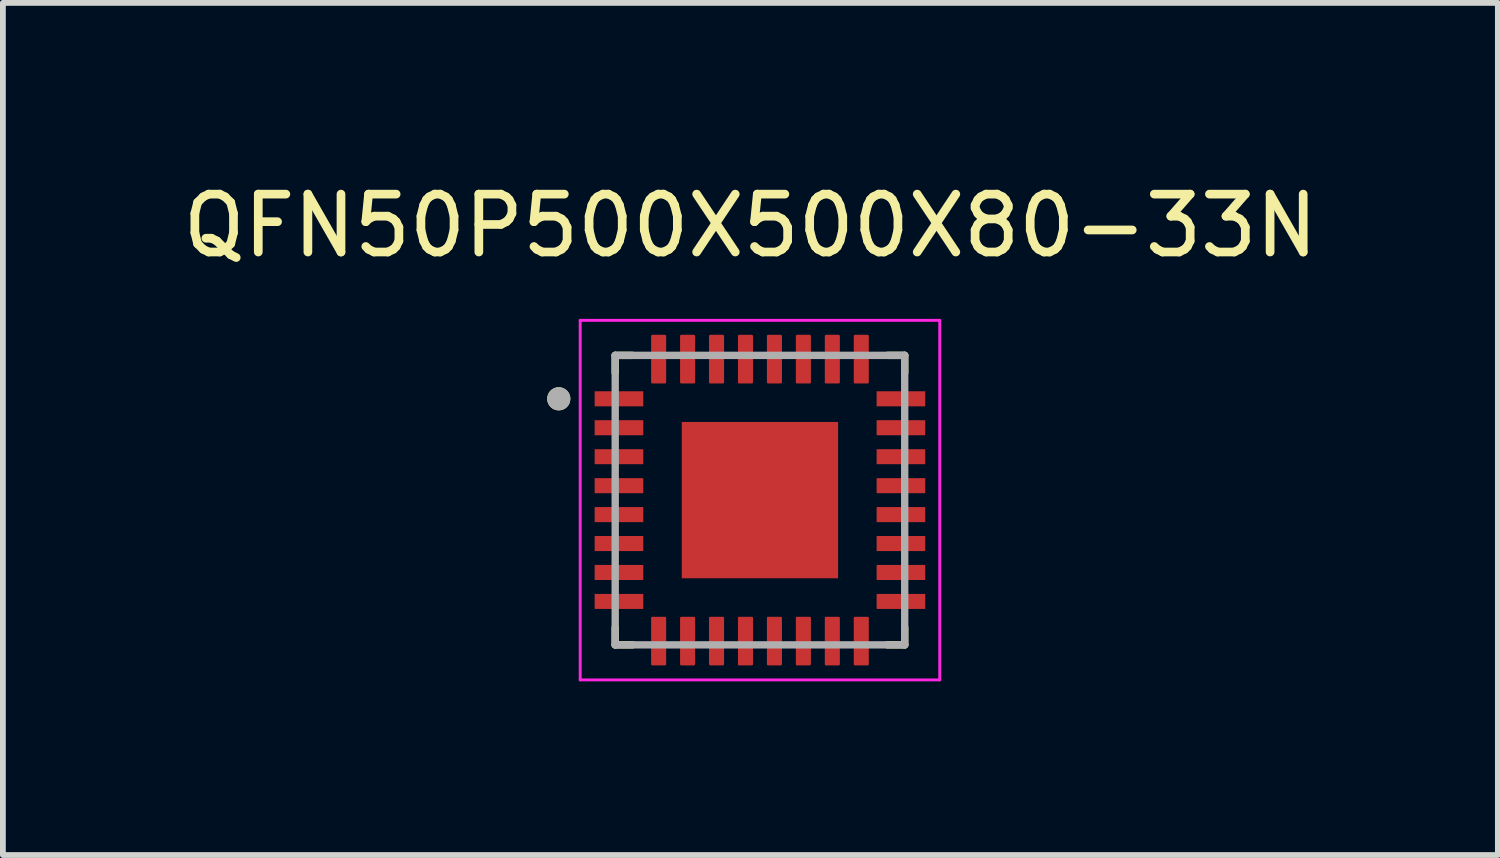
<source format=kicad_pcb>
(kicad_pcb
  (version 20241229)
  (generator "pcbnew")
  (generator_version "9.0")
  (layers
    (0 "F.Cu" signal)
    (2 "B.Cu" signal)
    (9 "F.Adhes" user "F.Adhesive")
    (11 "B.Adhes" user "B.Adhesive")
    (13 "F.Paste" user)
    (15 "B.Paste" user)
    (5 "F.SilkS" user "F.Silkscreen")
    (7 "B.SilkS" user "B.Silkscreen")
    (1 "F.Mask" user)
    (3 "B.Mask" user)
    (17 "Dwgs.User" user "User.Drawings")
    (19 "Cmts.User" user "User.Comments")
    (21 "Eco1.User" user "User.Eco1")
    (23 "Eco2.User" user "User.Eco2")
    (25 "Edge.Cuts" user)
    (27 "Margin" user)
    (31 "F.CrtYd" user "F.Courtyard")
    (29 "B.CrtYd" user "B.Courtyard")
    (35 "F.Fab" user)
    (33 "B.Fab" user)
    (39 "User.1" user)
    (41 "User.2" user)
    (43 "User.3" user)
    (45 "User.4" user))
  (footprint "QFN50P500X500X80-33N"
    (layer "F.Cu")
    (at 10.076 5.588)
    (property "Reference" "QFN50P500X500X80-33N" (at -0.165 -4.74 0) (layer "F.SilkS") (effects (font (size 1 1) (thickness 0.15))))
    (attr smd)
    (fp_line (start -2.5 -2.5) (end -2.5 -2.2) (stroke (width 0.127) (type solid)) (layer "F.SilkS"))
    (fp_line (start -2.5 -2.5) (end -2.2 -2.5) (stroke (width 0.127) (type solid)) (layer "F.SilkS"))
    (fp_line (start -2.5 2.5) (end -2.5 2.2) (stroke (width 0.127) (type solid)) (layer "F.SilkS"))
    (fp_line (start -2.5 2.5) (end -2.2 2.5) (stroke (width 0.127) (type solid)) (layer "F.SilkS"))
    (fp_line (start 2.5 -2.5) (end 2.2 -2.5) (stroke (width 0.127) (type solid)) (layer "F.SilkS"))
    (fp_line (start 2.5 -2.5) (end 2.5 -2.2) (stroke (width 0.127) (type solid)) (layer "F.SilkS"))
    (fp_line (start 2.5 2.5) (end 2.2 2.5) (stroke (width 0.127) (type solid)) (layer "F.SilkS"))
    (fp_line (start 2.5 2.5) (end 2.5 2.2) (stroke (width 0.127) (type solid)) (layer "F.SilkS"))
    (fp_circle (center -3.475 -1.75) (end -3.375 -1.75) (stroke (width 0.2) (type solid)) (fill no) (layer "F.SilkS"))
    (fp_poly (pts (xy -0.85 -0.85) (xy 0.85 -0.85) (xy 0.85 0.85) (xy -0.85 0.85)) (stroke (width 0.01) (type solid)) (fill yes) (layer "F.Paste"))
    (fp_line (start -3.105 -3.105) (end 3.105 -3.105) (stroke (width 0.05) (type solid)) (layer "F.CrtYd"))
    (fp_line (start -3.105 3.105) (end -3.105 -3.105) (stroke (width 0.05) (type solid)) (layer "F.CrtYd"))
    (fp_line (start -3.105 3.105) (end 3.105 3.105) (stroke (width 0.05) (type solid)) (layer "F.CrtYd"))
    (fp_line (start 3.105 3.105) (end 3.105 -3.105) (stroke (width 0.05) (type solid)) (layer "F.CrtYd"))
    (fp_line (start -2.5 2.5) (end -2.5 -2.5) (stroke (width 0.127) (type solid)) (layer "F.Fab"))
    (fp_line (start 2.5 -2.5) (end -2.5 -2.5) (stroke (width 0.127) (type solid)) (layer "F.Fab"))
    (fp_line (start 2.5 2.5) (end -2.5 2.5) (stroke (width 0.127) (type solid)) (layer "F.Fab"))
    (fp_line (start 2.5 2.5) (end 2.5 -2.5) (stroke (width 0.127) (type solid)) (layer "F.Fab"))
    (fp_circle (center -3.475 -1.75) (end -3.375 -1.75) (stroke (width 0.2) (type solid)) (fill no) (layer "F.Fab"))
    (pad "1" smd roundrect (at -2.435 -1.75) (size 0.84 0.26) (layers "F.Cu" "F.Mask" "F.Paste") (roundrect_rratio 0.02))
    (pad "2" smd roundrect (at -2.435 -1.25) (size 0.84 0.26) (layers "F.Cu" "F.Mask" "F.Paste") (roundrect_rratio 0.02))
    (pad "3" smd roundrect (at -2.435 -0.75) (size 0.84 0.26) (layers "F.Cu" "F.Mask" "F.Paste") (roundrect_rratio 0.02))
    (pad "4" smd roundrect (at -2.435 -0.25) (size 0.84 0.26) (layers "F.Cu" "F.Mask" "F.Paste") (roundrect_rratio 0.02))
    (pad "5" smd roundrect (at -2.435 0.25) (size 0.84 0.26) (layers "F.Cu" "F.Mask" "F.Paste") (roundrect_rratio 0.02))
    (pad "6" smd roundrect (at -2.435 0.75) (size 0.84 0.26) (layers "F.Cu" "F.Mask" "F.Paste") (roundrect_rratio 0.02))
    (pad "7" smd roundrect (at -2.435 1.25) (size 0.84 0.26) (layers "F.Cu" "F.Mask" "F.Paste") (roundrect_rratio 0.02))
    (pad "8" smd roundrect (at -2.435 1.75) (size 0.84 0.26) (layers "F.Cu" "F.Mask" "F.Paste") (roundrect_rratio 0.02))
    (pad "9" smd roundrect (at -1.75 2.435) (size 0.26 0.84) (layers "F.Cu" "F.Mask" "F.Paste") (roundrect_rratio 0.08))
    (pad "10" smd roundrect (at -1.25 2.435) (size 0.26 0.84) (layers "F.Cu" "F.Mask" "F.Paste") (roundrect_rratio 0.08))
    (pad "11" smd roundrect (at -0.75 2.435) (size 0.26 0.84) (layers "F.Cu" "F.Mask" "F.Paste") (roundrect_rratio 0.08))
    (pad "12" smd roundrect (at -0.25 2.435) (size 0.26 0.84) (layers "F.Cu" "F.Mask" "F.Paste") (roundrect_rratio 0.08))
    (pad "13" smd roundrect (at 0.25 2.435) (size 0.26 0.84) (layers "F.Cu" "F.Mask" "F.Paste") (roundrect_rratio 0.08))
    (pad "14" smd roundrect (at 0.75 2.435) (size 0.26 0.84) (layers "F.Cu" "F.Mask" "F.Paste") (roundrect_rratio 0.08))
    (pad "15" smd roundrect (at 1.25 2.435) (size 0.26 0.84) (layers "F.Cu" "F.Mask" "F.Paste") (roundrect_rratio 0.08))
    (pad "16" smd roundrect (at 1.75 2.435) (size 0.26 0.84) (layers "F.Cu" "F.Mask" "F.Paste") (roundrect_rratio 0.08))
    (pad "17" smd roundrect (at 2.435 1.75) (size 0.84 0.26) (layers "F.Cu" "F.Mask" "F.Paste") (roundrect_rratio 0.02))
    (pad "18" smd roundrect (at 2.435 1.25) (size 0.84 0.26) (layers "F.Cu" "F.Mask" "F.Paste") (roundrect_rratio 0.02))
    (pad "19" smd roundrect (at 2.435 0.75) (size 0.84 0.26) (layers "F.Cu" "F.Mask" "F.Paste") (roundrect_rratio 0.02))
    (pad "20" smd roundrect (at 2.435 0.25) (size 0.84 0.26) (layers "F.Cu" "F.Mask" "F.Paste") (roundrect_rratio 0.02))
    (pad "21" smd roundrect (at 2.435 -0.25) (size 0.84 0.26) (layers "F.Cu" "F.Mask" "F.Paste") (roundrect_rratio 0.02))
    (pad "22" smd roundrect (at 2.435 -0.75) (size 0.84 0.26) (layers "F.Cu" "F.Mask" "F.Paste") (roundrect_rratio 0.02))
    (pad "23" smd roundrect (at 2.435 -1.25) (size 0.84 0.26) (layers "F.Cu" "F.Mask" "F.Paste") (roundrect_rratio 0.02))
    (pad "24" smd roundrect (at 2.435 -1.75) (size 0.84 0.26) (layers "F.Cu" "F.Mask" "F.Paste") (roundrect_rratio 0.02))
    (pad "25" smd roundrect (at 1.75 -2.435) (size 0.26 0.84) (layers "F.Cu" "F.Mask" "F.Paste") (roundrect_rratio 0.08))
    (pad "26" smd roundrect (at 1.25 -2.435) (size 0.26 0.84) (layers "F.Cu" "F.Mask" "F.Paste") (roundrect_rratio 0.08))
    (pad "27" smd roundrect (at 0.75 -2.435) (size 0.26 0.84) (layers "F.Cu" "F.Mask" "F.Paste") (roundrect_rratio 0.08))
    (pad "28" smd roundrect (at 0.25 -2.435) (size 0.26 0.84) (layers "F.Cu" "F.Mask" "F.Paste") (roundrect_rratio 0.08))
    (pad "29" smd roundrect (at -0.25 -2.435) (size 0.26 0.84) (layers "F.Cu" "F.Mask" "F.Paste") (roundrect_rratio 0.08))
    (pad "30" smd roundrect (at -0.75 -2.435) (size 0.26 0.84) (layers "F.Cu" "F.Mask" "F.Paste") (roundrect_rratio 0.08))
    (pad "31" smd roundrect (at -1.25 -2.435) (size 0.26 0.84) (layers "F.Cu" "F.Mask" "F.Paste") (roundrect_rratio 0.08))
    (pad "32" smd roundrect (at -1.75 -2.435) (size 0.26 0.84) (layers "F.Cu" "F.Mask" "F.Paste") (roundrect_rratio 0.08))
    (pad "33" smd rect (at 0 0) (size 2.7 2.7) (layers "F.Cu" "F.Mask")))
  (gr_rect
    (start -3 -3)
    (end 22.821 11.718)
    (stroke (width 0.1) (type default))
    (fill no)
    (layer "Edge.Cuts")))
</source>
